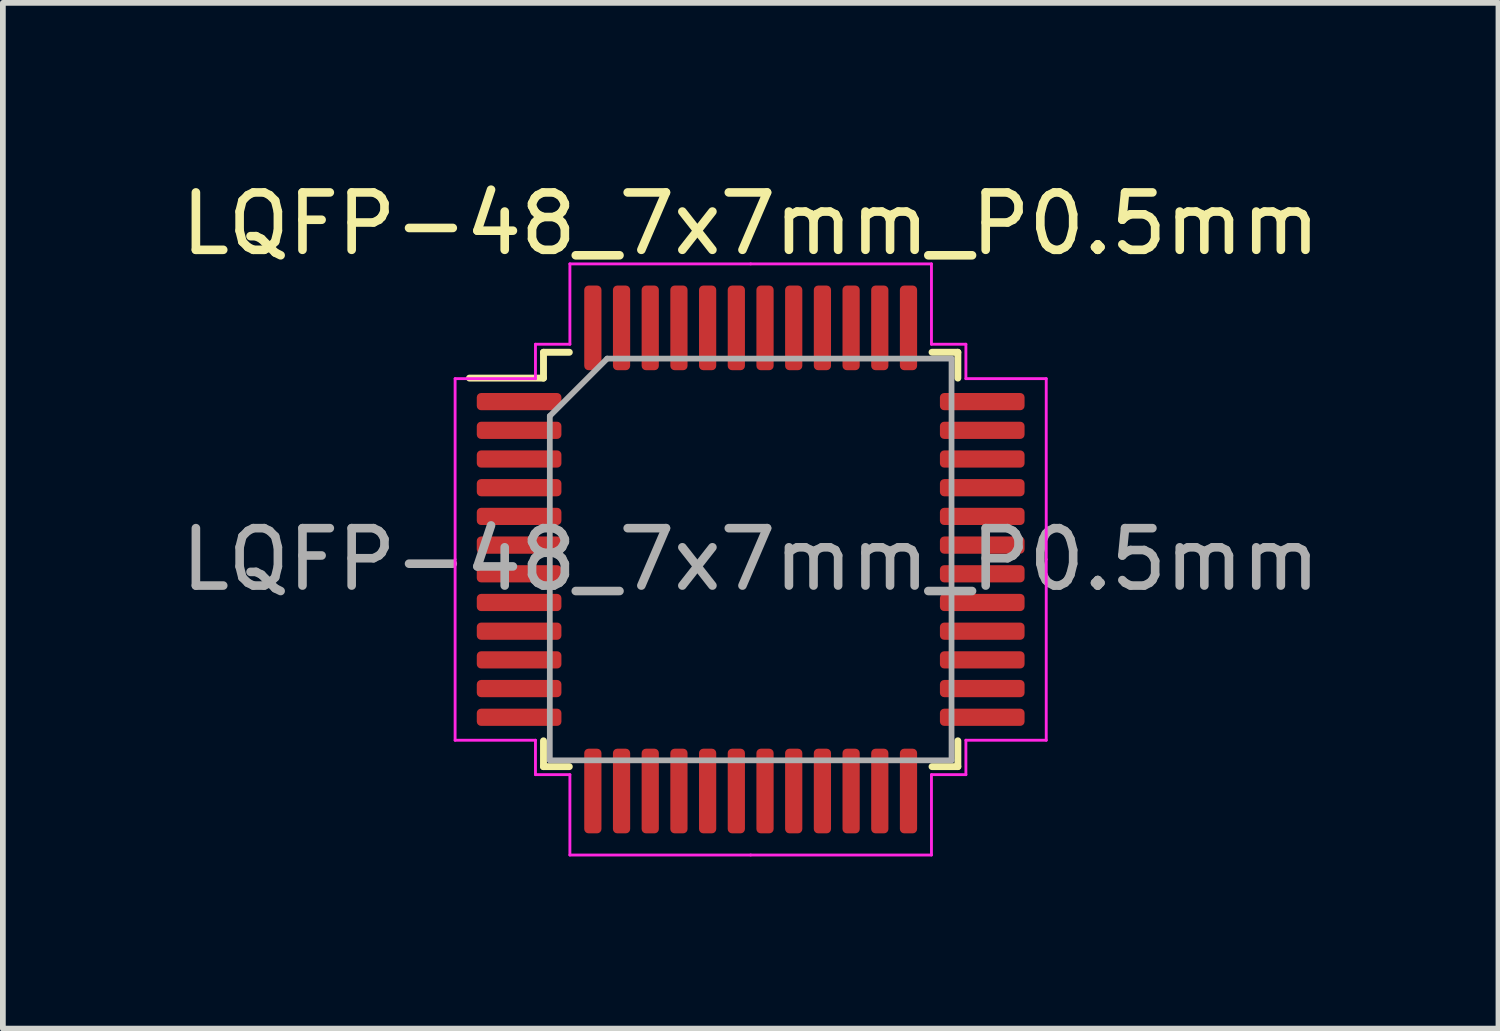
<source format=kicad_pcb>
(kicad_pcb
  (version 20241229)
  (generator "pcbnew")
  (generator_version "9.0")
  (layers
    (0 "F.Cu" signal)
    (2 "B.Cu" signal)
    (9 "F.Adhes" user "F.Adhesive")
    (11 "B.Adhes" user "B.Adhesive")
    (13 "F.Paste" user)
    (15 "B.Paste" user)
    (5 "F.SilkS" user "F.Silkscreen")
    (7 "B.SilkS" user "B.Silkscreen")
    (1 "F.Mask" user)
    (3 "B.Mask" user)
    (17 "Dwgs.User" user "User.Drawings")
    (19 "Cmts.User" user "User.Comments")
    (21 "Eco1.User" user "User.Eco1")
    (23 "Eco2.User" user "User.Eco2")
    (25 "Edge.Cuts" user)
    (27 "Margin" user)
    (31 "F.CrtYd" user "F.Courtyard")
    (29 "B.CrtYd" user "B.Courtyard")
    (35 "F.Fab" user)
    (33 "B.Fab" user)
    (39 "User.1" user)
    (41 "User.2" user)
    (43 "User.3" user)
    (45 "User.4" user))
  (footprint "LQFP-48_7x7mm_P0.5mm"
    (layer "F.Cu")
    (at 10.03 6.698)
    (property "Reference" "LQFP-48_7x7mm_P0.5mm" (at 0 -5.85 0) (layer "F.SilkS") (effects (font (size 1 1) (thickness 0.15))))
    (attr smd)
    (fp_line (start -3.61 -3.61) (end -3.61 -3.16) (stroke (width 0.12) (type solid)) (layer "F.SilkS"))
    (fp_line (start -3.61 -3.16) (end -4.9 -3.16) (stroke (width 0.12) (type solid)) (layer "F.SilkS"))
    (fp_line (start -3.61 3.61) (end -3.61 3.16) (stroke (width 0.12) (type solid)) (layer "F.SilkS"))
    (fp_line (start -3.16 -3.61) (end -3.61 -3.61) (stroke (width 0.12) (type solid)) (layer "F.SilkS"))
    (fp_line (start -3.16 3.61) (end -3.61 3.61) (stroke (width 0.12) (type solid)) (layer "F.SilkS"))
    (fp_line (start 3.16 -3.61) (end 3.61 -3.61) (stroke (width 0.12) (type solid)) (layer "F.SilkS"))
    (fp_line (start 3.16 3.61) (end 3.61 3.61) (stroke (width 0.12) (type solid)) (layer "F.SilkS"))
    (fp_line (start 3.61 -3.61) (end 3.61 -3.16) (stroke (width 0.12) (type solid)) (layer "F.SilkS"))
    (fp_line (start 3.61 3.61) (end 3.61 3.16) (stroke (width 0.12) (type solid)) (layer "F.SilkS"))
    (fp_line (start -5.15 -3.15) (end -5.15 0) (stroke (width 0.05) (type solid)) (layer "F.CrtYd"))
    (fp_line (start -5.15 3.15) (end -5.15 0) (stroke (width 0.05) (type solid)) (layer "F.CrtYd"))
    (fp_line (start -3.75 -3.75) (end -3.75 -3.15) (stroke (width 0.05) (type solid)) (layer "F.CrtYd"))
    (fp_line (start -3.75 -3.15) (end -5.15 -3.15) (stroke (width 0.05) (type solid)) (layer "F.CrtYd"))
    (fp_line (start -3.75 3.15) (end -5.15 3.15) (stroke (width 0.05) (type solid)) (layer "F.CrtYd"))
    (fp_line (start -3.75 3.75) (end -3.75 3.15) (stroke (width 0.05) (type solid)) (layer "F.CrtYd"))
    (fp_line (start -3.15 -5.15) (end -3.15 -3.75) (stroke (width 0.05) (type solid)) (layer "F.CrtYd"))
    (fp_line (start -3.15 -3.75) (end -3.75 -3.75) (stroke (width 0.05) (type solid)) (layer "F.CrtYd"))
    (fp_line (start -3.15 3.75) (end -3.75 3.75) (stroke (width 0.05) (type solid)) (layer "F.CrtYd"))
    (fp_line (start -3.15 5.15) (end -3.15 3.75) (stroke (width 0.05) (type solid)) (layer "F.CrtYd"))
    (fp_line (start 0 -5.15) (end -3.15 -5.15) (stroke (width 0.05) (type solid)) (layer "F.CrtYd"))
    (fp_line (start 0 -5.15) (end 3.15 -5.15) (stroke (width 0.05) (type solid)) (layer "F.CrtYd"))
    (fp_line (start 0 5.15) (end -3.15 5.15) (stroke (width 0.05) (type solid)) (layer "F.CrtYd"))
    (fp_line (start 0 5.15) (end 3.15 5.15) (stroke (width 0.05) (type solid)) (layer "F.CrtYd"))
    (fp_line (start 3.15 -5.15) (end 3.15 -3.75) (stroke (width 0.05) (type solid)) (layer "F.CrtYd"))
    (fp_line (start 3.15 -3.75) (end 3.75 -3.75) (stroke (width 0.05) (type solid)) (layer "F.CrtYd"))
    (fp_line (start 3.15 3.75) (end 3.75 3.75) (stroke (width 0.05) (type solid)) (layer "F.CrtYd"))
    (fp_line (start 3.15 5.15) (end 3.15 3.75) (stroke (width 0.05) (type solid)) (layer "F.CrtYd"))
    (fp_line (start 3.75 -3.75) (end 3.75 -3.15) (stroke (width 0.05) (type solid)) (layer "F.CrtYd"))
    (fp_line (start 3.75 -3.15) (end 5.15 -3.15) (stroke (width 0.05) (type solid)) (layer "F.CrtYd"))
    (fp_line (start 3.75 3.15) (end 5.15 3.15) (stroke (width 0.05) (type solid)) (layer "F.CrtYd"))
    (fp_line (start 3.75 3.75) (end 3.75 3.15) (stroke (width 0.05) (type solid)) (layer "F.CrtYd"))
    (fp_line (start 5.15 -3.15) (end 5.15 0) (stroke (width 0.05) (type solid)) (layer "F.CrtYd"))
    (fp_line (start 5.15 3.15) (end 5.15 0) (stroke (width 0.05) (type solid)) (layer "F.CrtYd"))
    (fp_line (start -3.5 -2.5) (end -2.5 -3.5) (stroke (width 0.1) (type solid)) (layer "F.Fab"))
    (fp_line (start -3.5 3.5) (end -3.5 -2.5) (stroke (width 0.1) (type solid)) (layer "F.Fab"))
    (fp_line (start -2.5 -3.5) (end 3.5 -3.5) (stroke (width 0.1) (type solid)) (layer "F.Fab"))
    (fp_line (start 3.5 -3.5) (end 3.5 3.5) (stroke (width 0.1) (type solid)) (layer "F.Fab"))
    (fp_line (start 3.5 3.5) (end -3.5 3.5) (stroke (width 0.1) (type solid)) (layer "F.Fab"))
    (fp_text user "${REFERENCE}" (at 0 0 0) (layer "F.Fab") (effects (font (size 1 1) (thickness 0.15))))
    (pad "1" smd roundrect (at -4.035 -2.75) (size 1.475 0.3) (layers "F.Cu" "F.Mask" "F.Paste") (roundrect_rratio 0.25))
    (pad "2" smd roundrect (at -4.035 -2.25) (size 1.475 0.3) (layers "F.Cu" "F.Mask" "F.Paste") (roundrect_rratio 0.25))
    (pad "3" smd roundrect (at -4.035 -1.75) (size 1.475 0.3) (layers "F.Cu" "F.Mask" "F.Paste") (roundrect_rratio 0.25))
    (pad "4" smd roundrect (at -4.035 -1.25) (size 1.475 0.3) (layers "F.Cu" "F.Mask" "F.Paste") (roundrect_rratio 0.25))
    (pad "5" smd roundrect (at -4.035 -0.75) (size 1.475 0.3) (layers "F.Cu" "F.Mask" "F.Paste") (roundrect_rratio 0.25))
    (pad "6" smd roundrect (at -4.035 -0.25) (size 1.475 0.3) (layers "F.Cu" "F.Mask" "F.Paste") (roundrect_rratio 0.25))
    (pad "7" smd roundrect (at -4.035 0.25) (size 1.475 0.3) (layers "F.Cu" "F.Mask" "F.Paste") (roundrect_rratio 0.25))
    (pad "8" smd roundrect (at -4.035 0.75) (size 1.475 0.3) (layers "F.Cu" "F.Mask" "F.Paste") (roundrect_rratio 0.25))
    (pad "9" smd roundrect (at -4.035 1.25) (size 1.475 0.3) (layers "F.Cu" "F.Mask" "F.Paste") (roundrect_rratio 0.25))
    (pad "10" smd roundrect (at -4.035 1.75) (size 1.475 0.3) (layers "F.Cu" "F.Mask" "F.Paste") (roundrect_rratio 0.25))
    (pad "11" smd roundrect (at -4.035 2.25) (size 1.475 0.3) (layers "F.Cu" "F.Mask" "F.Paste") (roundrect_rratio 0.25))
    (pad "12" smd roundrect (at -4.035 2.75) (size 1.475 0.3) (layers "F.Cu" "F.Mask" "F.Paste") (roundrect_rratio 0.25))
    (pad "13" smd roundrect (at -2.75 4.035) (size 0.3 1.475) (layers "F.Cu" "F.Mask" "F.Paste") (roundrect_rratio 0.25))
    (pad "14" smd roundrect (at -2.25 4.035) (size 0.3 1.475) (layers "F.Cu" "F.Mask" "F.Paste") (roundrect_rratio 0.25))
    (pad "15" smd roundrect (at -1.75 4.035) (size 0.3 1.475) (layers "F.Cu" "F.Mask" "F.Paste") (roundrect_rratio 0.25))
    (pad "16" smd roundrect (at -1.25 4.035) (size 0.3 1.475) (layers "F.Cu" "F.Mask" "F.Paste") (roundrect_rratio 0.25))
    (pad "17" smd roundrect (at -0.75 4.035) (size 0.3 1.475) (layers "F.Cu" "F.Mask" "F.Paste") (roundrect_rratio 0.25))
    (pad "18" smd roundrect (at -0.25 4.035) (size 0.3 1.475) (layers "F.Cu" "F.Mask" "F.Paste") (roundrect_rratio 0.25))
    (pad "19" smd roundrect (at 0.25 4.035) (size 0.3 1.475) (layers "F.Cu" "F.Mask" "F.Paste") (roundrect_rratio 0.25))
    (pad "20" smd roundrect (at 0.75 4.035) (size 0.3 1.475) (layers "F.Cu" "F.Mask" "F.Paste") (roundrect_rratio 0.25))
    (pad "21" smd roundrect (at 1.25 4.035) (size 0.3 1.475) (layers "F.Cu" "F.Mask" "F.Paste") (roundrect_rratio 0.25))
    (pad "22" smd roundrect (at 1.75 4.035) (size 0.3 1.475) (layers "F.Cu" "F.Mask" "F.Paste") (roundrect_rratio 0.25))
    (pad "23" smd roundrect (at 2.25 4.035) (size 0.3 1.475) (layers "F.Cu" "F.Mask" "F.Paste") (roundrect_rratio 0.25))
    (pad "24" smd roundrect (at 2.75 4.035) (size 0.3 1.475) (layers "F.Cu" "F.Mask" "F.Paste") (roundrect_rratio 0.25))
    (pad "25" smd roundrect (at 4.035 2.75) (size 1.475 0.3) (layers "F.Cu" "F.Mask" "F.Paste") (roundrect_rratio 0.25))
    (pad "26" smd roundrect (at 4.035 2.25) (size 1.475 0.3) (layers "F.Cu" "F.Mask" "F.Paste") (roundrect_rratio 0.25))
    (pad "27" smd roundrect (at 4.035 1.75) (size 1.475 0.3) (layers "F.Cu" "F.Mask" "F.Paste") (roundrect_rratio 0.25))
    (pad "28" smd roundrect (at 4.035 1.25) (size 1.475 0.3) (layers "F.Cu" "F.Mask" "F.Paste") (roundrect_rratio 0.25))
    (pad "29" smd roundrect (at 4.035 0.75) (size 1.475 0.3) (layers "F.Cu" "F.Mask" "F.Paste") (roundrect_rratio 0.25))
    (pad "30" smd roundrect (at 4.035 0.25) (size 1.475 0.3) (layers "F.Cu" "F.Mask" "F.Paste") (roundrect_rratio 0.25))
    (pad "31" smd roundrect (at 4.035 -0.25) (size 1.475 0.3) (layers "F.Cu" "F.Mask" "F.Paste") (roundrect_rratio 0.25))
    (pad "32" smd roundrect (at 4.035 -0.75) (size 1.475 0.3) (layers "F.Cu" "F.Mask" "F.Paste") (roundrect_rratio 0.25))
    (pad "33" smd roundrect (at 4.035 -1.25) (size 1.475 0.3) (layers "F.Cu" "F.Mask" "F.Paste") (roundrect_rratio 0.25))
    (pad "34" smd roundrect (at 4.035 -1.75) (size 1.475 0.3) (layers "F.Cu" "F.Mask" "F.Paste") (roundrect_rratio 0.25))
    (pad "35" smd roundrect (at 4.035 -2.25) (size 1.475 0.3) (layers "F.Cu" "F.Mask" "F.Paste") (roundrect_rratio 0.25))
    (pad "36" smd roundrect (at 4.035 -2.75) (size 1.475 0.3) (layers "F.Cu" "F.Mask" "F.Paste") (roundrect_rratio 0.25))
    (pad "37" smd roundrect (at 2.75 -4.035) (size 0.3 1.475) (layers "F.Cu" "F.Mask" "F.Paste") (roundrect_rratio 0.25))
    (pad "38" smd roundrect (at 2.25 -4.035) (size 0.3 1.475) (layers "F.Cu" "F.Mask" "F.Paste") (roundrect_rratio 0.25))
    (pad "39" smd roundrect (at 1.75 -4.035) (size 0.3 1.475) (layers "F.Cu" "F.Mask" "F.Paste") (roundrect_rratio 0.25))
    (pad "40" smd roundrect (at 1.25 -4.035) (size 0.3 1.475) (layers "F.Cu" "F.Mask" "F.Paste") (roundrect_rratio 0.25))
    (pad "41" smd roundrect (at 0.75 -4.035) (size 0.3 1.475) (layers "F.Cu" "F.Mask" "F.Paste") (roundrect_rratio 0.25))
    (pad "42" smd roundrect (at 0.25 -4.035) (size 0.3 1.475) (layers "F.Cu" "F.Mask" "F.Paste") (roundrect_rratio 0.25))
    (pad "43" smd roundrect (at -0.25 -4.035) (size 0.3 1.475) (layers "F.Cu" "F.Mask" "F.Paste") (roundrect_rratio 0.25))
    (pad "44" smd roundrect (at -0.75 -4.035) (size 0.3 1.475) (layers "F.Cu" "F.Mask" "F.Paste") (roundrect_rratio 0.25))
    (pad "45" smd roundrect (at -1.25 -4.035) (size 0.3 1.475) (layers "F.Cu" "F.Mask" "F.Paste") (roundrect_rratio 0.25))
    (pad "46" smd roundrect (at -1.75 -4.035) (size 0.3 1.475) (layers "F.Cu" "F.Mask" "F.Paste") (roundrect_rratio 0.25))
    (pad "47" smd roundrect (at -2.25 -4.035) (size 0.3 1.475) (layers "F.Cu" "F.Mask" "F.Paste") (roundrect_rratio 0.25))
    (pad "48" smd roundrect (at -2.75 -4.035) (size 0.3 1.475) (layers "F.Cu" "F.Mask" "F.Paste") (roundrect_rratio 0.25)))
  (gr_rect
    (start -3 -3)
    (end 23.06 14.873)
    (stroke (width 0.1) (type default))
    (fill no)
    (layer "Edge.Cuts")))
</source>
